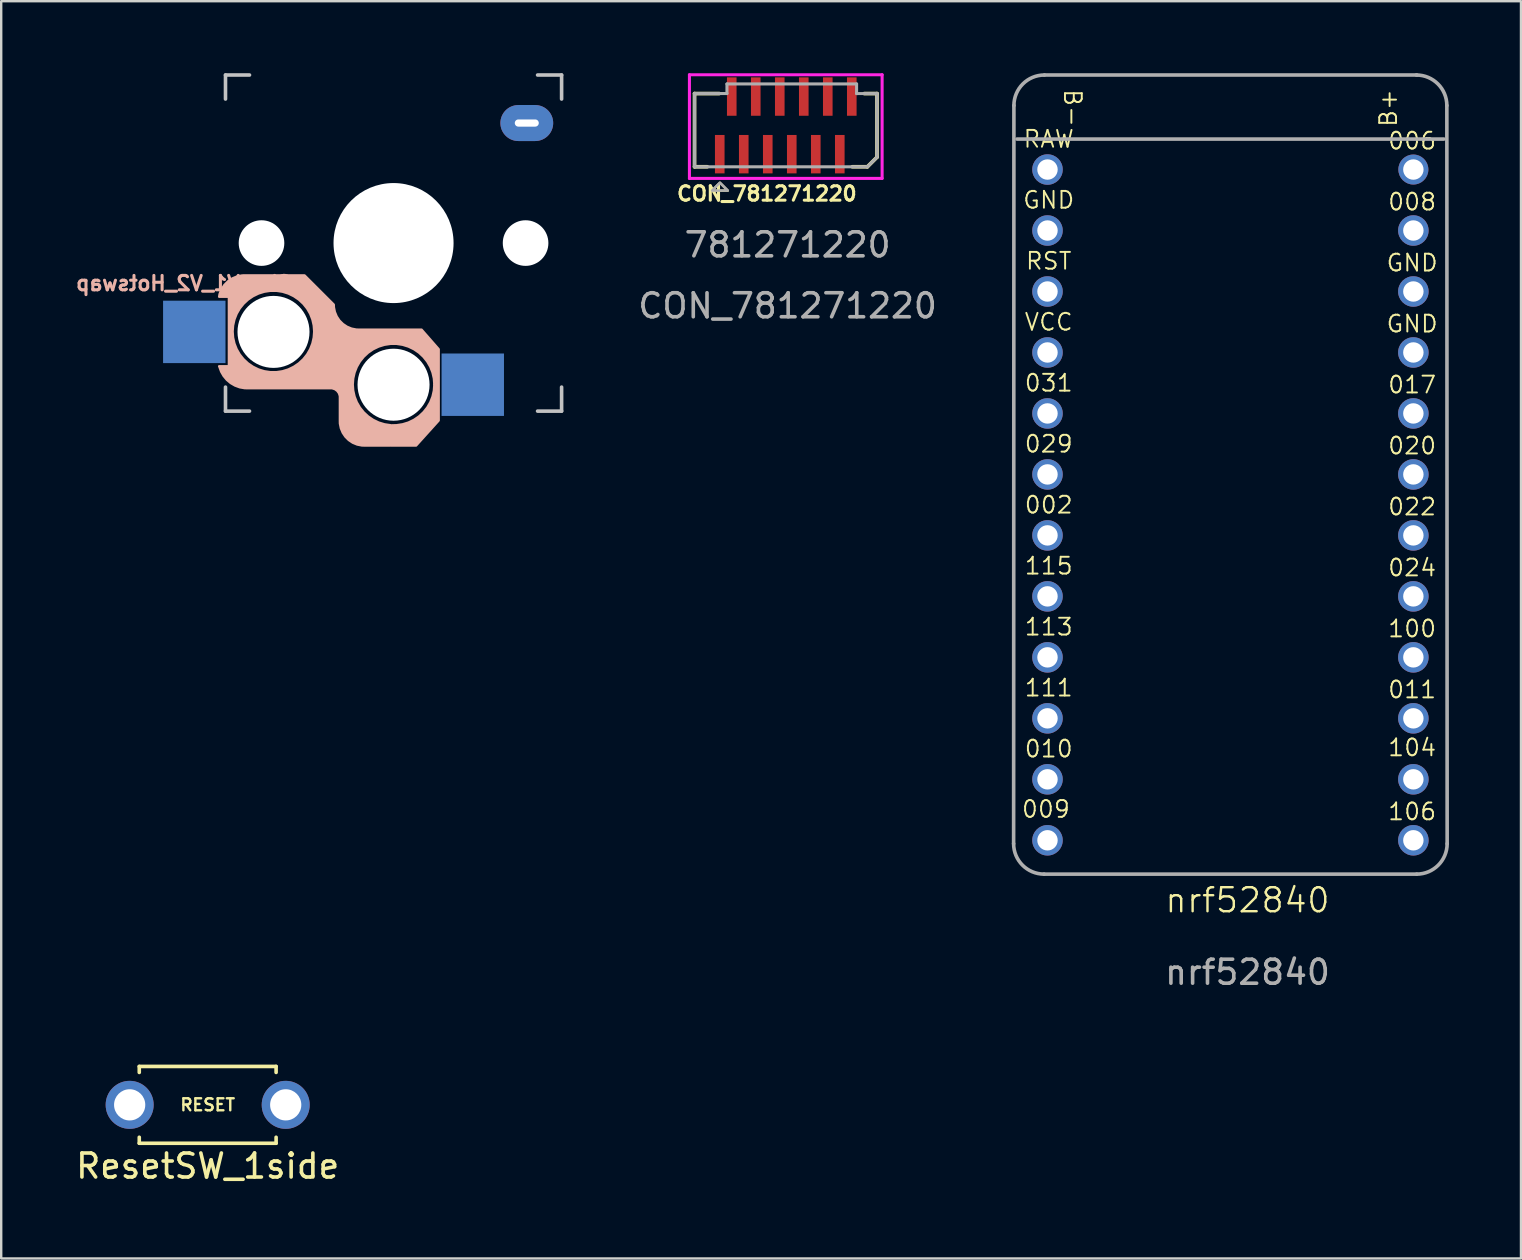
<source format=kicad_pcb>
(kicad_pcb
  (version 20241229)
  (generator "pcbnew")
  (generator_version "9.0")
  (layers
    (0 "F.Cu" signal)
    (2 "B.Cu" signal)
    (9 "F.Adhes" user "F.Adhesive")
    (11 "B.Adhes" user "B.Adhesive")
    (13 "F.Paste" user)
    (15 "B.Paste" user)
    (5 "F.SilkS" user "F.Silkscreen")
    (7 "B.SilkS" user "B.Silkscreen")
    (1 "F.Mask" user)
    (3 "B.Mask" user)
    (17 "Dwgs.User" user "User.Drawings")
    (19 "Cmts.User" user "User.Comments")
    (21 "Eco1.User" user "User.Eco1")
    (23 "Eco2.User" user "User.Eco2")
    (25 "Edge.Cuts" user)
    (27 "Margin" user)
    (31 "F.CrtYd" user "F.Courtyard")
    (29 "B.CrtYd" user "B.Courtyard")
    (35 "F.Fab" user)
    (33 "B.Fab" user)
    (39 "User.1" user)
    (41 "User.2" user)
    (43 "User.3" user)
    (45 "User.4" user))
  (footprint "ResetSW_1side"
    (layer "F.Cu")
    (at 5.601 42.972)
    (property "Reference" "ResetSW_1side" (at 0 2.55 0) (layer "F.SilkS") (effects (font (size 1 1) (thickness 0.15))))
    (attr through_hole)
    (fp_line (start -2.85 -1.6) (end -2.85 -1.35) (stroke (width 0.15) (type solid)) (layer "F.SilkS"))
    (fp_line (start -2.85 -1.6) (end 2.85 -1.6) (stroke (width 0.15) (type solid)) (layer "F.SilkS"))
    (fp_line (start -2.85 1.6) (end -2.85 1.35) (stroke (width 0.15) (type solid)) (layer "F.SilkS"))
    (fp_line (start -2.85 1.6) (end 2.85 1.6) (stroke (width 0.15) (type solid)) (layer "F.SilkS"))
    (fp_line (start 2.85 -1.6) (end 2.85 -1.35) (stroke (width 0.15) (type solid)) (layer "F.SilkS"))
    (fp_line (start 2.85 1.6) (end 2.85 1.35) (stroke (width 0.15) (type solid)) (layer "F.SilkS"))
    (fp_text user "RESET" (at 0 0 0) (layer "F.SilkS") (effects (font (size 0.5 0.5) (thickness 0.1) (bold yes))))
    (pad "1" thru_hole circle (at 3.25 0) (size 2 2) (drill 1.3) (layers "*.Cu" "*.Mask"))
    (pad "2" thru_hole circle (at -3.25 0) (size 2 2) (drill 1.3) (layers "*.Cu" "*.Mask")))
  (footprint "ChocV1_V2_Hotswap"
    (layer "F.Cu")
    (at 13.343 7.075)
    (property "Reference" "ChocV1_V2_Hotswap" (at -8.712 1.676 0) (layer "B.SilkS") (effects (font (size 0.6 0.6) (thickness 0.127) (bold yes)) (justify mirror)))
    (attr through_hole)
    (fp_line (start -3.304 3.683) (end -3.304 3.683) (stroke (width 0.1) (type default)) (layer "B.SilkS"))
    (fp_line (start 1.7 5.893) (end 1.7 5.893) (stroke (width 0.1) (type default)) (layer "B.SilkS"))
    (fp_poly (pts (xy -2.235 7.417) (xy -2.233 7.517) (xy -2.194 7.712) (xy -2.117 7.897) (xy -2.006 8.063) (xy -1.865 8.204) (xy -1.699 8.315) (xy -1.515 8.391) (xy -1.319 8.43) (xy -1.219 8.433) (xy -0.127 8.433) (xy -0.127 7.588) (xy -0.378 7.55) (xy -0.621 7.476) (xy -0.85 7.365) (xy -1.06 7.222) (xy -1.246 7.049) (xy -1.405 6.851) (xy -1.532 6.631) (xy -1.625 6.394) (xy -1.681 6.146) (xy -1.7 5.893) (xy -1.681 5.639) (xy -1.625 5.392) (xy -1.532 5.155) (xy -1.405 4.935) (xy -1.246 4.736) (xy -1.06 4.563) (xy -0.85 4.42) (xy -0.621 4.31) (xy -0.378 4.235) (xy -0.127 4.197) (xy 0.127 4.197) (xy 0.378 4.235) (xy 0.621 4.31) (xy 0.85 4.42) (xy 1.06 4.563) (xy 1.246 4.736) (xy 1.405 4.935) (xy 1.532 5.155) (xy 1.625 5.392) (xy 1.681 5.639) (xy 1.7 5.893) (xy 1.681 6.146) (xy 1.625 6.394) (xy 1.532 6.631) (xy 1.405 6.851) (xy 1.246 7.049) (xy 1.06 7.222) (xy 0.85 7.365) (xy 0.621 7.476) (xy 0.378 7.55) (xy 0.127 7.588) (xy -0.127 7.595) (xy -0.102 8.433) (xy 0.94 8.433) (xy 1.88 7.391) (xy 1.88 4.42) (xy 1.168 3.607) (xy -1.448 3.607) (xy -1.55 3.604) (xy -1.751 3.564) (xy -1.94 3.486) (xy -2.11 3.372) (xy -2.255 3.228) (xy -2.368 3.058) (xy -2.447 2.868) (xy -2.487 2.668) (xy -2.489 2.565) (xy -3.708 1.346) (xy -6.198 1.346) (xy -6.305 1.349) (xy -6.515 1.391) (xy -6.714 1.473) (xy -6.892 1.592) (xy -7.044 1.744) (xy -7.163 1.922) (xy -7.245 2.121) (xy -7.264 2.235) (xy -6.858 2.235) (xy -6.858 3.759) (xy -6.858 5.131) (xy -7.264 5.131) (xy -7.251 5.161) (xy -7.18 5.357) (xy -7.076 5.537) (xy -6.942 5.697) (xy -6.782 5.831) (xy -6.601 5.935) (xy -6.406 6.007) (xy -6.2 6.043) (xy -6.096 6.045) (xy -5.131 6.045) (xy -5.131 5.379) (xy -5.382 5.341) (xy -5.625 5.266) (xy -5.854 5.155) (xy -6.064 5.012) (xy -6.25 4.839) (xy -6.409 4.641) (xy -6.536 4.421) (xy -6.629 4.184) (xy -6.685 3.936) (xy -6.704 3.683) (xy -6.685 3.43) (xy -6.629 3.182) (xy -6.536 2.945) (xy -6.409 2.725) (xy -6.25 2.527) (xy -6.064 2.354) (xy -5.854 2.211) (xy -5.625 2.1) (xy -5.382 2.025) (xy -5.131 1.987) (xy -4.877 1.987) (xy -4.625 2.025) (xy -4.383 2.1) (xy -4.154 2.211) (xy -3.944 2.354) (xy -3.757 2.527) (xy -3.599 2.725) (xy -3.472 2.945) (xy -3.379 3.182) (xy -3.323 3.43) (xy -3.304 3.683) (xy -3.323 3.936) (xy -3.379 4.184) (xy -3.472 4.421) (xy -3.599 4.641) (xy -3.757 4.839) (xy -3.944 5.012) (xy -4.154 5.155) (xy -4.383 5.266) (xy -4.625 5.341) (xy -4.877 5.379) (xy -5.131 5.379) (xy -5.131 6.045) (xy -2.794 6.045) (xy -2.616 6.045) (xy -2.556 6.047) (xy -2.442 6.084) (xy -2.345 6.155) (xy -2.274 6.252) (xy -2.237 6.366) (xy -2.235 6.426) (xy -2.235 6.604) (xy -2.235 6.807)) (stroke (width 0.1) (type solid)) (fill yes) (layer "B.SilkS"))
    (fp_line (start -7 -7) (end -6 -7) (stroke (width 0.15) (type solid)) (layer "Dwgs.User"))
    (fp_line (start -7 -6) (end -7 -7) (stroke (width 0.15) (type solid)) (layer "Dwgs.User"))
    (fp_line (start -7 7) (end -7 6) (stroke (width 0.15) (type solid)) (layer "Dwgs.User"))
    (fp_line (start -6 7) (end -7 7) (stroke (width 0.15) (type solid)) (layer "Dwgs.User"))
    (fp_line (start 6 7) (end 7 7) (stroke (width 0.15) (type solid)) (layer "Dwgs.User"))
    (fp_line (start 7 -7) (end 6 -7) (stroke (width 0.15) (type solid)) (layer "Dwgs.User"))
    (fp_line (start 7 -6) (end 7 -7) (stroke (width 0.15) (type solid)) (layer "Dwgs.User"))
    (fp_line (start 7 7) (end 7 6) (stroke (width 0.15) (type solid)) (layer "Dwgs.User"))
    (pad "" np_thru_hole circle (at -5.5 0 90) (size 1.9 1.9) (drill 1.9) (layers "*.Cu" "*.Mask"))
    (pad "" np_thru_hole circle (at -5 3.7 90) (size 3 3) (drill 3) (layers "*.Cu" "*.Mask"))
    (pad "" np_thru_hole circle (at 0 0 90) (size 5 5) (drill 5) (layers "*.Cu" "*.Mask"))
    (pad "" np_thru_hole circle (at 0 5.9 90) (size 3 3) (drill 3) (layers "*.Cu" "*.Mask"))
    (pad "" np_thru_hole circle (at 5.5 0 90) (size 1.9 1.9) (drill 1.9) (layers "*.Cu" "*.Mask"))
    (pad "" thru_hole oval (at 5.55 -5 180) (size 2.2 1.5) (drill oval 1 0.3) (layers "*.Cu" "*.Mask"))
    (pad "1" smd rect (at -8.3 3.7 180) (size 2.6 2.6) (layers "B.Cu" "B.Mask" "B.Paste"))
    (pad "2" smd rect (at 3.3 5.9 180) (size 2.6 2.6) (layers "B.Cu" "B.Mask" "B.Paste")))
  (footprint "CON_781271220"
    (layer "F.Cu")
    (at 29.681 2.172)
    (property "Reference" "CON_781271220" (at -0.787 2.845 0) (unlocked yes) (layer "F.SilkS") (effects (font (size 0.6 0.6) (thickness 0.127) (bold yes))))
    (attr smd)
    (fp_line (start -3.8 -1.325) (end -2.77 -1.325) (stroke (width 0.152) (type solid)) (layer "F.SilkS"))
    (fp_line (start -3.8 1.725) (end -3.8 -1.325) (stroke (width 0.152) (type solid)) (layer "F.SilkS"))
    (fp_line (start -3.27 1.725) (end -3.8 1.725) (stroke (width 0.152) (type solid)) (layer "F.SilkS"))
    (fp_line (start 3.27 -1.324) (end 3.8 -1.325) (stroke (width 0.152) (type solid)) (layer "F.SilkS"))
    (fp_line (start 3.4 1.725) (end 2.77 1.725) (stroke (width 0.152) (type solid)) (layer "F.SilkS"))
    (fp_line (start 3.8 -1.325) (end 3.8 1.325) (stroke (width 0.152) (type solid)) (layer "F.SilkS"))
    (fp_line (start 3.8 1.325) (end 3.4 1.725) (stroke (width 0.152) (type solid)) (layer "F.SilkS"))
    (fp_poly (pts (xy -2.743 2.388) (xy -2.413 2.718) (xy -3.073 2.718)) (stroke (width 0.1) (type solid)) (fill no) (layer "F.SilkS"))
    (fp_line (start -4.013 -2.108) (end -4.013 2.21) (stroke (width 0.127) (type solid)) (layer "F.CrtYd"))
    (fp_line (start -4.013 2.21) (end 4.013 2.21) (stroke (width 0.127) (type solid)) (layer "F.CrtYd"))
    (fp_line (start 4.013 -2.108) (end -4.013 -2.108) (stroke (width 0.127) (type solid)) (layer "F.CrtYd"))
    (fp_line (start 4.013 2.21) (end 4.013 -2.108) (stroke (width 0.127) (type solid)) (layer "F.CrtYd"))
    (fp_line (start -3.8 -1.325) (end -2.45 -1.325) (stroke (width 0.127) (type solid)) (layer "F.Fab"))
    (fp_line (start -3.8 1.725) (end -3.8 -1.325) (stroke (width 0.127) (type solid)) (layer "F.Fab"))
    (fp_line (start -2.45 -1.725) (end 2.95 -1.725) (stroke (width 0.127) (type solid)) (layer "F.Fab"))
    (fp_line (start -2.45 -1.325) (end -2.45 -1.725) (stroke (width 0.127) (type solid)) (layer "F.Fab"))
    (fp_line (start 2.95 -1.725) (end 2.95 -1.325) (stroke (width 0.127) (type solid)) (layer "F.Fab"))
    (fp_line (start 2.95 -1.324) (end 3.8 -1.325) (stroke (width 0.127) (type solid)) (layer "F.Fab"))
    (fp_line (start 3.4 1.725) (end -3.8 1.725) (stroke (width 0.127) (type solid)) (layer "F.Fab"))
    (fp_line (start 3.8 -1.325) (end 3.8 1.325) (stroke (width 0.127) (type solid)) (layer "F.Fab"))
    (fp_line (start 3.8 1.325) (end 3.4 1.725) (stroke (width 0.127) (type solid)) (layer "F.Fab"))
    (fp_poly (pts (xy -2.743 2.388) (xy -2.413 2.718) (xy -3.073 2.718)) (stroke (width 0.1) (type solid)) (fill no) (layer "F.Fab"))
    (fp_text user "781271220" (at 0.076 4.978 0) (unlocked yes) (layer "F.Fab") (effects (font (size 1 1) (thickness 0.15))))
    (fp_text user "${REFERENCE}" (at 0.076 7.518 0) (unlocked yes) (layer "F.Fab") (effects (font (size 1 1) (thickness 0.15))))
    (pad "1" smd rect (at -2.75 1.2) (size 0.4 1.6) (layers "F.Cu" "F.Mask" "F.Paste"))
    (pad "2" smd rect (at -2.25 -1.2) (size 0.4 1.6) (layers "F.Cu" "F.Mask" "F.Paste"))
    (pad "3" smd rect (at -1.75 1.2) (size 0.4 1.6) (layers "F.Cu" "F.Mask" "F.Paste"))
    (pad "4" smd rect (at -1.25 -1.2) (size 0.4 1.6) (layers "F.Cu" "F.Mask" "F.Paste"))
    (pad "5" smd rect (at -0.75 1.2) (size 0.4 1.6) (layers "F.Cu" "F.Mask" "F.Paste"))
    (pad "6" smd rect (at -0.25 -1.2) (size 0.4 1.6) (layers "F.Cu" "F.Mask" "F.Paste"))
    (pad "7" smd rect (at 0.25 1.2) (size 0.4 1.6) (layers "F.Cu" "F.Mask" "F.Paste"))
    (pad "8" smd rect (at 0.75 -1.2) (size 0.4 1.6) (layers "F.Cu" "F.Mask" "F.Paste"))
    (pad "9" smd rect (at 1.25 1.2) (size 0.4 1.6) (layers "F.Cu" "F.Mask" "F.Paste"))
    (pad "10" smd rect (at 1.75 -1.2) (size 0.4 1.6) (layers "F.Cu" "F.Mask" "F.Paste"))
    (pad "11" smd rect (at 2.25 1.2) (size 0.4 1.6) (layers "F.Cu" "F.Mask" "F.Paste"))
    (pad "12" smd rect (at 2.75 -1.2) (size 0.4 1.6) (layers "F.Cu" "F.Mask" "F.Paste")))
  (footprint "nrf52840"
    (layer "F.Cu")
    (at 48.914 34.949)
    (property "Reference" "nrf52840" (at 0 -0.5 0) (unlocked yes) (layer "F.SilkS") (effects (font (size 1 1) (thickness 0.1))))
    (attr through_hole)
    (fp_line (start -9.742 -2.857) (end -9.73 -33.604) (stroke (width 0.15) (type solid)) (layer "F.Fab"))
    (fp_line (start -9.601 -32.207) (end 8.179 -32.207) (stroke (width 0.15) (type solid)) (layer "F.Fab"))
    (fp_line (start -8.46 -34.874) (end 7.061 -34.874) (stroke (width 0.15) (type solid)) (layer "F.Fab"))
    (fp_line (start 7.047 -1.587) (end -8.473 -1.587) (stroke (width 0.15) (type solid)) (layer "F.Fab"))
    (fp_line (start 8.304 -33.604) (end 8.317 -2.857) (stroke (width 0.15) (type solid)) (layer "F.Fab"))
    (fp_arc (start -9.7298 -33.6042) (mid -9.357826 -34.502226) (end -8.4598 -34.8742) (stroke (width 0.15) (type solid)) (layer "F.Fab"))
    (fp_arc (start -8.4725 -1.5875) (mid -9.370526 -1.959474) (end -9.7425 -2.8575) (stroke (width 0.15) (type solid)) (layer "F.Fab"))
    (fp_arc (start 7.0342 -34.8742) (mid 7.932226 -34.502226) (end 8.3042 -33.6042) (stroke (width 0.15) (type solid)) (layer "F.Fab"))
    (fp_arc (start 8.3169 -2.8575) (mid 7.944926 -1.959474) (end 7.0469 -1.5875) (stroke (width 0.15) (type solid)) (layer "F.Fab"))
    (fp_text user "009" (at -8.397 -4.293 0) (layer "F.SilkS") (effects (font (size 0.7 0.7) (thickness 0.08))))
    (fp_text user "020" (at 6.858 -19.431 0) (layer "F.SilkS") (effects (font (size 0.7 0.7) (thickness 0.08))))
    (fp_text user "VCC" (at -8.28 -24.587 0) (layer "F.SilkS") (effects (font (size 0.7 0.7) (thickness 0.08))))
    (fp_text user "B-" (at -7.283 -33.499 270) (unlocked yes) (layer "F.SilkS") (effects (font (size 0.7 0.7) (thickness 0.08))))
    (fp_text user "115" (at -8.28 -14.427 0) (layer "F.SilkS") (effects (font (size 0.7 0.7) (thickness 0.08))))
    (fp_text user "006" (at 6.858 -32.131 0) (layer "F.SilkS") (effects (font (size 0.7 0.7) (thickness 0.08))))
    (fp_text user "024" (at 6.858 -14.351 0) (layer "F.SilkS") (effects (font (size 0.7 0.7) (thickness 0.08))))
    (fp_text user "017" (at 6.858 -21.971 180) (layer "F.SilkS") (effects (font (size 0.7 0.7) (thickness 0.08))))
    (fp_text user "RAW" (at -8.28 -32.207 0) (layer "F.SilkS") (effects (font (size 0.7 0.7) (thickness 0.08))))
    (fp_text user "GND" (at 6.858 -24.511 180) (layer "F.SilkS") (effects (font (size 0.7 0.7) (thickness 0.08))))
    (fp_text user "008" (at 6.858 -29.591 180) (layer "F.SilkS") (effects (font (size 0.7 0.7) (thickness 0.08))))
    (fp_text user "100" (at 6.858 -11.811 180) (layer "F.SilkS") (effects (font (size 0.7 0.7) (thickness 0.08))))
    (fp_text user "031" (at -8.28 -22.047 0) (layer "F.SilkS") (effects (font (size 0.7 0.7) (thickness 0.08))))
    (fp_text user "113" (at -8.28 -11.887 0) (layer "F.SilkS") (effects (font (size 0.7 0.7) (thickness 0.08))))
    (fp_text user "106" (at 6.858 -4.191 0) (layer "F.SilkS") (effects (font (size 0.7 0.7) (thickness 0.08))))
    (fp_text user "GND" (at 6.858 -27.051 180) (layer "F.SilkS") (effects (font (size 0.7 0.7) (thickness 0.08))))
    (fp_text user "010" (at -8.28 -6.807 0) (layer "F.SilkS") (effects (font (size 0.7 0.7) (thickness 0.08))))
    (fp_text user "022" (at 6.858 -16.891 180) (layer "F.SilkS") (effects (font (size 0.7 0.7) (thickness 0.08))))
    (fp_text user "GND" (at -8.28 -29.667 0) (layer "F.SilkS") (effects (font (size 0.7 0.7) (thickness 0.08))))
    (fp_text user "011" (at 6.858 -9.271 0) (layer "F.SilkS") (effects (font (size 0.7 0.7) (thickness 0.08))))
    (fp_text user "002" (at -8.28 -16.967 0) (layer "F.SilkS") (effects (font (size 0.7 0.7) (thickness 0.08))))
    (fp_text user "RST" (at -8.28 -27.127 180) (layer "F.SilkS") (effects (font (size 0.7 0.7) (thickness 0.08))))
    (fp_text user "111" (at -8.28 -9.347 180) (layer "F.SilkS") (effects (font (size 0.7 0.7) (thickness 0.08))))
    (fp_text user "B+" (at 5.867 -33.499 90) (layer "F.SilkS") (effects (font (size 0.7 0.7) (thickness 0.08))))
    (fp_text user "029" (at -8.28 -19.507 0) (layer "F.SilkS") (effects (font (size 0.7 0.7) (thickness 0.08))))
    (fp_text user "104" (at 6.858 -6.858 180) (layer "F.SilkS") (effects (font (size 0.7 0.7) (thickness 0.08))))
    (fp_text user "${REFERENCE}" (at 0 2.5 0) (unlocked yes) (layer "F.Fab") (effects (font (size 1 1) (thickness 0.15))))
    (pad "1" thru_hole circle (at 6.909 -30.937 270) (size 1.25 1.25) (drill 0.85) (layers "*.Cu" "*.Mask"))
    (pad "2" thru_hole circle (at 6.909 -28.397 270) (size 1.27 1.27) (drill 0.85) (layers "*.Cu" "*.Mask"))
    (pad "3" thru_hole circle (at 6.909 -25.857 270) (size 1.27 1.27) (drill 0.85) (layers "*.Cu" "*.Mask"))
    (pad "4" thru_hole circle (at 6.909 -23.317 270) (size 1.27 1.27) (drill 0.85) (layers "*.Cu" "*.Mask"))
    (pad "5" thru_hole circle (at 6.909 -20.777 270) (size 1.27 1.27) (drill 0.85) (layers "*.Cu" "*.Mask"))
    (pad "6" thru_hole circle (at 6.909 -18.237 270) (size 1.27 1.27) (drill 0.85) (layers "*.Cu" "*.Mask"))
    (pad "7" thru_hole circle (at 6.909 -15.697 270) (size 1.27 1.27) (drill 0.85) (layers "*.Cu" "*.Mask"))
    (pad "8" thru_hole circle (at 6.909 -13.157 270) (size 1.27 1.27) (drill 0.85) (layers "*.Cu" "*.Mask"))
    (pad "9" thru_hole circle (at 6.909 -10.617 270) (size 1.27 1.27) (drill 0.85) (layers "*.Cu" "*.Mask"))
    (pad "10" thru_hole circle (at 6.909 -8.077 270) (size 1.27 1.27) (drill 0.85) (layers "*.Cu" "*.Mask"))
    (pad "11" thru_hole circle (at 6.909 -5.537 270) (size 1.27 1.27) (drill 0.85) (layers "*.Cu" "*.Mask"))
    (pad "12" thru_hole circle (at 6.909 -2.997 270) (size 1.27 1.27) (drill 0.85) (layers "*.Cu" "*.Mask"))
    (pad "13" thru_hole circle (at -8.331 -2.997 270) (size 1.27 1.27) (drill 0.85) (layers "*.Cu" "*.Mask"))
    (pad "14" thru_hole circle (at -8.331 -5.537 270) (size 1.27 1.27) (drill 0.85) (layers "*.Cu" "*.Mask"))
    (pad "15" thru_hole circle (at -8.331 -8.077 270) (size 1.27 1.27) (drill 0.85) (layers "*.Cu" "*.Mask"))
    (pad "16" thru_hole circle (at -8.331 -10.617 270) (size 1.27 1.27) (drill 0.85) (layers "*.Cu" "*.Mask"))
    (pad "17" thru_hole circle (at -8.331 -13.157 270) (size 1.27 1.27) (drill 0.85) (layers "*.Cu" "*.Mask"))
    (pad "18" thru_hole circle (at -8.331 -15.697 270) (size 1.27 1.27) (drill 0.85) (layers "*.Cu" "*.Mask"))
    (pad "19" thru_hole circle (at -8.331 -18.237 270) (size 1.27 1.27) (drill 0.85) (layers "*.Cu" "*.Mask"))
    (pad "20" thru_hole circle (at -8.331 -20.777 270) (size 1.27 1.27) (drill 0.85) (layers "*.Cu" "*.Mask"))
    (pad "21" thru_hole circle (at -8.331 -23.317 270) (size 1.27 1.27) (drill 0.85) (layers "*.Cu" "*.Mask"))
    (pad "22" thru_hole circle (at -8.331 -25.857 270) (size 1.27 1.27) (drill 0.85) (layers "*.Cu" "*.Mask"))
    (pad "23" thru_hole circle (at -8.331 -28.397 270) (size 1.27 1.27) (drill 0.85) (layers "*.Cu" "*.Mask"))
    (pad "24" thru_hole circle (at -8.331 -30.937 270) (size 1.27 1.27) (drill 0.85) (layers "*.Cu" "*.Mask")))
  (gr_rect
    (start -3 -3)
    (end 60.306 49.371)
    (stroke (width 0.1) (type default))
    (fill no)
    (layer "Edge.Cuts")))
</source>
